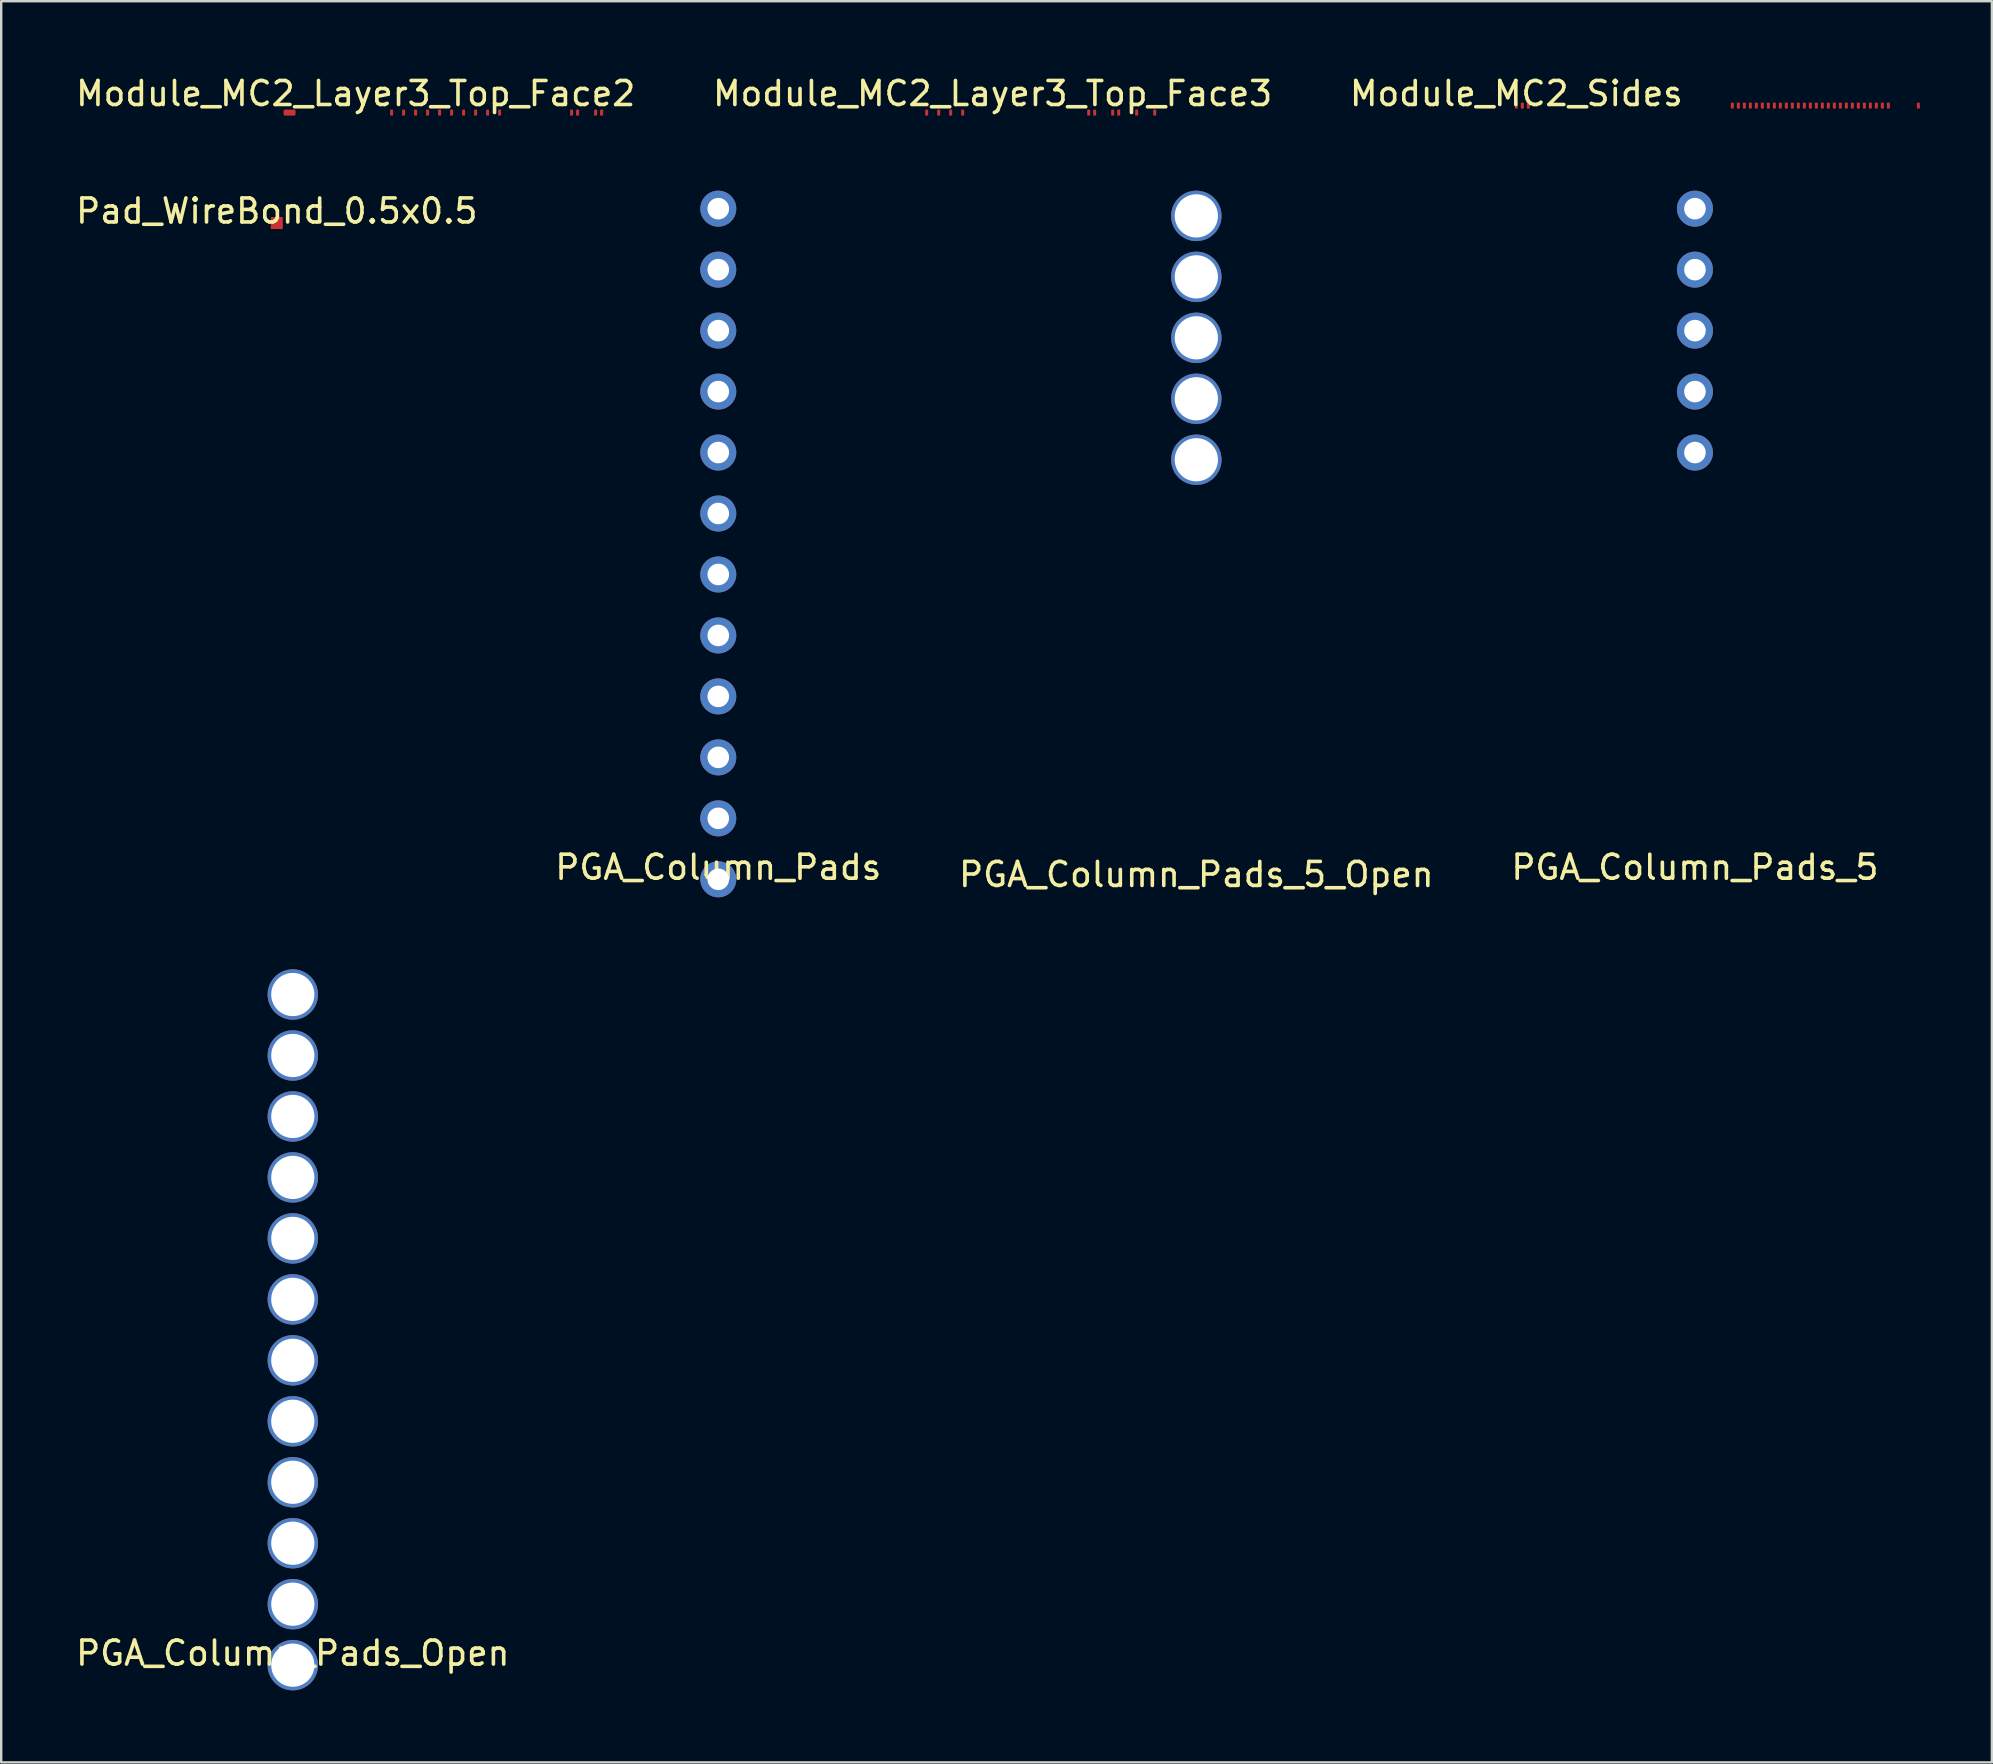
<source format=kicad_pcb>
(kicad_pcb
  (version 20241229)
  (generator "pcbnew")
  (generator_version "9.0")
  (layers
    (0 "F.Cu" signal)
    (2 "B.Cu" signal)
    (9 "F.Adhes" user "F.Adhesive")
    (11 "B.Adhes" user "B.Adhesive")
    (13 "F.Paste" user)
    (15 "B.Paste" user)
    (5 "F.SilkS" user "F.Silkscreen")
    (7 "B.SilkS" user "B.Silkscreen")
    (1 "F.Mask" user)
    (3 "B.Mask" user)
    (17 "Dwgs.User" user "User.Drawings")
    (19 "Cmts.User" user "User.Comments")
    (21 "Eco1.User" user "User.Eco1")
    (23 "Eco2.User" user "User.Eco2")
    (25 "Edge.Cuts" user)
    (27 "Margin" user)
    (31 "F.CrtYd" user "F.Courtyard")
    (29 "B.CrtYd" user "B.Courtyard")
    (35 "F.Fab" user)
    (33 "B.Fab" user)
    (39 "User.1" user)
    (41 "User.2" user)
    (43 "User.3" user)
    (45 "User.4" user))
  (footprint "PGA_Column_Pads_5_Open"
    (layer "F.Cu")
    (at 46.792 33.884)
    (property "Reference" "PGA_Column_Pads_5_Open" (at 0 -0.5 0) (unlocked yes) (layer "F.SilkS") (effects (font (size 1 1) (thickness 0.15))))
    (attr through_hole)
    (pad "1" thru_hole circle (at 0 -27.94) (size 2.1 2.1) (drill 1.8) (layers "*.Cu" "*.Mask"))
    (pad "2" thru_hole circle (at 0 -25.4) (size 2.1 2.1) (drill 1.8) (layers "*.Cu" "*.Mask"))
    (pad "3" thru_hole circle (at 0 -22.86) (size 2.1 2.1) (drill 1.8) (layers "*.Cu" "*.Mask"))
    (pad "4" thru_hole circle (at 0 -20.32) (size 2.1 2.1) (drill 1.8) (layers "*.Cu" "*.Mask"))
    (pad "5" thru_hole circle (at 0 -17.78) (size 2.1 2.1) (drill 1.8) (layers "*.Cu" "*.Mask")))
  (footprint "Module_MC2_Layer3_Top_Face2"
    (layer "F.Cu")
    (at 9.021 1.644)
    (property "Reference" "Module_MC2_Layer3_Top_Face2" (at 2.747 -0.796 0) (unlocked yes) (layer "F.SilkS") (effects (font (size 1 1) (thickness 0.15))))
    (attr smd)
    (pad "1" smd roundrect (at -0.007 -0.004 180) (size 0.5 0.25) (layers "F.Cu" "F.Mask" "F.Paste") (roundrect_rratio 0.25))
    (pad "2" smd roundrect (at 4.243 -0.004 180) (size 0.125 0.25) (layers "F.Cu" "F.Mask" "F.Paste") (roundrect_rratio 0.25))
    (pad "3" smd roundrect (at 4.743 -0.004 180) (size 0.125 0.25) (layers "F.Cu" "F.Mask" "F.Paste") (roundrect_rratio 0.25))
    (pad "4" smd roundrect (at 5.243 -0.004 180) (size 0.125 0.25) (layers "F.Cu" "F.Mask" "F.Paste") (roundrect_rratio 0.25))
    (pad "5" smd roundrect (at 5.743 -0.004 180) (size 0.125 0.25) (layers "F.Cu" "F.Mask" "F.Paste") (roundrect_rratio 0.25))
    (pad "6" smd roundrect (at 6.243 -0.004 180) (size 0.125 0.25) (layers "F.Cu" "F.Mask" "F.Paste") (roundrect_rratio 0.25))
    (pad "7" smd roundrect (at 6.743 -0.004 180) (size 0.125 0.25) (layers "F.Cu" "F.Mask" "F.Paste") (roundrect_rratio 0.25))
    (pad "8" smd roundrect (at 7.243 -0.004 180) (size 0.125 0.25) (layers "F.Cu" "F.Mask" "F.Paste") (roundrect_rratio 0.25))
    (pad "9" smd roundrect (at 7.743 -0.004 180) (size 0.125 0.25) (layers "F.Cu" "F.Mask" "F.Paste") (roundrect_rratio 0.25))
    (pad "10" smd roundrect (at 8.243 -0.004 180) (size 0.125 0.25) (layers "F.Cu" "F.Mask" "F.Paste") (roundrect_rratio 0.25))
    (pad "11" smd roundrect (at 8.743 -0.004 180) (size 0.125 0.25) (layers "F.Cu" "F.Mask" "F.Paste") (roundrect_rratio 0.25))
    (pad "12" smd roundrect (at 11.743 -0.004 180) (size 0.125 0.25) (layers "F.Cu" "F.Mask" "F.Paste") (roundrect_rratio 0.25))
    (pad "13" smd roundrect (at 11.993 -0.004 180) (size 0.125 0.25) (layers "F.Cu" "F.Mask" "F.Paste") (roundrect_rratio 0.25))
    (pad "14" smd roundrect (at 12.743 -0.004 180) (size 0.125 0.25) (layers "F.Cu" "F.Mask" "F.Paste") (roundrect_rratio 0.25))
    (pad "15" smd roundrect (at 12.993 -0.004 180) (size 0.125 0.25) (layers "F.Cu" "F.Mask" "F.Paste") (roundrect_rratio 0.25)))
  (footprint "PGA_Column_Pads_Open"
    (layer "F.Cu")
    (at 9.149 66.324)
    (property "Reference" "PGA_Column_Pads_Open" (at 0 -0.5 0) (unlocked yes) (layer "F.SilkS") (effects (font (size 1 1) (thickness 0.15))))
    (attr through_hole)
    (pad "1" thru_hole circle (at 0 -27.94) (size 2.1 2.1) (drill 1.8) (layers "*.Cu" "*.Mask"))
    (pad "2" thru_hole circle (at 0 -25.4) (size 2.1 2.1) (drill 1.8) (layers "*.Cu" "*.Mask"))
    (pad "3" thru_hole circle (at 0 -22.86) (size 2.1 2.1) (drill 1.8) (layers "*.Cu" "*.Mask"))
    (pad "4" thru_hole circle (at 0 -20.32) (size 2.1 2.1) (drill 1.8) (layers "*.Cu" "*.Mask"))
    (pad "5" thru_hole circle (at 0 -17.78) (size 2.1 2.1) (drill 1.8) (layers "*.Cu" "*.Mask"))
    (pad "6" thru_hole circle (at 0 -15.24) (size 2.1 2.1) (drill 1.8) (layers "*.Cu" "*.Mask"))
    (pad "7" thru_hole circle (at 0 -12.7) (size 2.1 2.1) (drill 1.8) (layers "*.Cu" "*.Mask"))
    (pad "8" thru_hole circle (at 0 -10.16) (size 2.1 2.1) (drill 1.8) (layers "*.Cu" "*.Mask"))
    (pad "9" thru_hole circle (at 0 -7.62) (size 2.1 2.1) (drill 1.8) (layers "*.Cu" "*.Mask"))
    (pad "10" thru_hole circle (at 0 -5.08) (size 2.1 2.1) (drill 1.8) (layers "*.Cu" "*.Mask"))
    (pad "11" thru_hole circle (at 0 -2.54) (size 2.1 2.1) (drill 1.8) (layers "*.Cu" "*.Mask"))
    (pad "12" thru_hole circle (at 0 0) (size 2.1 2.1) (drill 1.8) (layers "*.Cu" "*.Mask")))
  (footprint "PGA_Column_Pads_5"
    (layer "F.Cu")
    (at 67.565 33.584)
    (property "Reference" "PGA_Column_Pads_5" (at 0 -0.5 0) (unlocked yes) (layer "F.SilkS") (effects (font (size 1 1) (thickness 0.15))))
    (attr through_hole)
    (pad "1" thru_hole circle (at 0 -27.94) (size 1.5 1.5) (drill 0.9) (layers "*.Cu" "*.Mask"))
    (pad "2" thru_hole circle (at 0 -25.4) (size 1.5 1.5) (drill 0.9) (layers "*.Cu" "*.Mask"))
    (pad "3" thru_hole circle (at 0 -22.86) (size 1.5 1.5) (drill 0.9) (layers "*.Cu" "*.Mask"))
    (pad "4" thru_hole circle (at 0 -20.32) (size 1.5 1.5) (drill 0.9) (layers "*.Cu" "*.Mask"))
    (pad "5" thru_hole circle (at 0 -17.78) (size 1.5 1.5) (drill 0.9) (layers "*.Cu" "*.Mask")))
  (footprint "Module_MC2_Layer3_Top_Face3"
    (layer "F.Cu")
    (at 35.557 1.644)
    (property "Reference" "Module_MC2_Layer3_Top_Face3" (at 2.747 -0.796 0) (unlocked yes) (layer "F.SilkS") (effects (font (size 1 1) (thickness 0.15))))
    (attr smd)
    (pad "1" smd roundrect (at 0 -0.002 180) (size 0.125 0.25) (layers "F.Cu" "F.Mask" "F.Paste") (roundrect_rratio 0.25))
    (pad "2" smd roundrect (at 0.5 -0.002 180) (size 0.125 0.25) (layers "F.Cu" "F.Mask" "F.Paste") (roundrect_rratio 0.25))
    (pad "3" smd roundrect (at 1 -0.002 180) (size 0.125 0.25) (layers "F.Cu" "F.Mask" "F.Paste") (roundrect_rratio 0.25))
    (pad "4" smd roundrect (at 1.5 -0.002 180) (size 0.125 0.25) (layers "F.Cu" "F.Mask" "F.Paste") (roundrect_rratio 0.25))
    (pad "5" smd roundrect (at 6.75 -0.002 180) (size 0.125 0.25) (layers "F.Cu" "F.Mask" "F.Paste") (roundrect_rratio 0.25))
    (pad "6" smd roundrect (at 7 -0.002 180) (size 0.125 0.25) (layers "F.Cu" "F.Mask" "F.Paste") (roundrect_rratio 0.25))
    (pad "7" smd roundrect (at 7.75 -0.002 180) (size 0.125 0.25) (layers "F.Cu" "F.Mask" "F.Paste") (roundrect_rratio 0.25))
    (pad "8" smd roundrect (at 8 -0.002 180) (size 0.125 0.25) (layers "F.Cu" "F.Mask" "F.Paste") (roundrect_rratio 0.25))
    (pad "9" smd roundrect (at 8.75 -0.002 180) (size 0.125 0.25) (layers "F.Cu" "F.Mask" "F.Paste") (roundrect_rratio 0.25))
    (pad "10" smd roundrect (at 9.5 -0.002 180) (size 0.125 0.25) (layers "F.Cu" "F.Mask" "F.Paste") (roundrect_rratio 0.25)))
  (footprint "Pad_WireBond_0.5x0.5"
    (layer "F.Cu")
    (at 8.482 6.242)
    (property "Reference" "Pad_WireBond_0.5x0.5" (at 0 -0.5 0) (unlocked yes) (layer "F.SilkS") (effects (font (size 1 1) (thickness 0.15))))
    (attr smd)
    (pad "1" smd rect (at 0 0) (size 0.5 0.5) (layers "F.Cu" "F.Mask")))
  (footprint "PGA_Column_Pads"
    (layer "F.Cu")
    (at 26.875 33.584)
    (property "Reference" "PGA_Column_Pads" (at 0 -0.5 0) (unlocked yes) (layer "F.SilkS") (effects (font (size 1 1) (thickness 0.15))))
    (attr through_hole)
    (pad "1" thru_hole circle (at 0 -27.94) (size 1.5 1.5) (drill 0.9) (layers "*.Cu" "*.Mask"))
    (pad "2" thru_hole circle (at 0 -25.4) (size 1.5 1.5) (drill 0.9) (layers "*.Cu" "*.Mask"))
    (pad "3" thru_hole circle (at 0 -22.86) (size 1.5 1.5) (drill 0.9) (layers "*.Cu" "*.Mask"))
    (pad "4" thru_hole circle (at 0 -20.32) (size 1.5 1.5) (drill 0.9) (layers "*.Cu" "*.Mask"))
    (pad "5" thru_hole circle (at 0 -17.78) (size 1.5 1.5) (drill 0.9) (layers "*.Cu" "*.Mask"))
    (pad "6" thru_hole circle (at 0 -15.24) (size 1.5 1.5) (drill 0.9) (layers "*.Cu" "*.Mask"))
    (pad "7" thru_hole circle (at 0 -12.7) (size 1.5 1.5) (drill 0.9) (layers "*.Cu" "*.Mask"))
    (pad "8" thru_hole circle (at 0 -10.16) (size 1.5 1.5) (drill 0.9) (layers "*.Cu" "*.Mask"))
    (pad "9" thru_hole circle (at 0 -7.62) (size 1.5 1.5) (drill 0.9) (layers "*.Cu" "*.Mask"))
    (pad "10" thru_hole circle (at 0 -5.08) (size 1.5 1.5) (drill 0.9) (layers "*.Cu" "*.Mask"))
    (pad "11" thru_hole circle (at 0 -2.54) (size 1.5 1.5) (drill 0.9) (layers "*.Cu" "*.Mask"))
    (pad "12" thru_hole circle (at 0 0) (size 1.5 1.5) (drill 0.9) (layers "*.Cu" "*.Mask")))
  (footprint "Module_MC2_Sides"
    (layer "F.Cu")
    (at 60.125 1.348)
    (property "Reference" "Module_MC2_Sides" (at 0 -0.5 0) (unlocked yes) (layer "F.SilkS") (effects (font (size 1 1) (thickness 0.15))))
    (attr smd)
    (pad "1" smd roundrect (at -0.002 0.001) (size 0.125 0.25) (layers "F.Cu" "F.Mask" "F.Paste") (roundrect_rratio 0.25))
    (pad "2" smd roundrect (at 0.248 0.001) (size 0.125 0.25) (layers "F.Cu" "F.Mask" "F.Paste") (roundrect_rratio 0.25))
    (pad "3" smd roundrect (at 0.498 0.001) (size 0.125 0.25) (layers "F.Cu" "F.Mask" "F.Paste") (roundrect_rratio 0.25))
    (pad "4" smd roundrect (at 8.998 0.001) (size 0.125 0.25) (layers "F.Cu" "F.Mask" "F.Paste") (roundrect_rratio 0.25))
    (pad "5" smd roundrect (at 9.248 0.001) (size 0.125 0.25) (layers "F.Cu" "F.Mask" "F.Paste") (roundrect_rratio 0.25))
    (pad "6" smd roundrect (at 9.498 0.001) (size 0.125 0.25) (layers "F.Cu" "F.Mask" "F.Paste") (roundrect_rratio 0.25))
    (pad "7" smd roundrect (at 9.748 0.001) (size 0.125 0.25) (layers "F.Cu" "F.Mask" "F.Paste") (roundrect_rratio 0.25))
    (pad "8" smd roundrect (at 9.998 0.001) (size 0.125 0.25) (layers "F.Cu" "F.Mask" "F.Paste") (roundrect_rratio 0.25))
    (pad "9" smd roundrect (at 10.248 0.001) (size 0.125 0.25) (layers "F.Cu" "F.Mask" "F.Paste") (roundrect_rratio 0.25))
    (pad "10" smd roundrect (at 10.498 0.001) (size 0.125 0.25) (layers "F.Cu" "F.Mask" "F.Paste") (roundrect_rratio 0.25))
    (pad "11" smd roundrect (at 10.748 0.001) (size 0.125 0.25) (layers "F.Cu" "F.Mask" "F.Paste") (roundrect_rratio 0.25))
    (pad "12" smd roundrect (at 10.998 0.001) (size 0.125 0.25) (layers "F.Cu" "F.Mask" "F.Paste") (roundrect_rratio 0.25))
    (pad "13" smd roundrect (at 11.248 0.001) (size 0.125 0.25) (layers "F.Cu" "F.Mask" "F.Paste") (roundrect_rratio 0.25))
    (pad "14" smd roundrect (at 11.498 0.001) (size 0.125 0.25) (layers "F.Cu" "F.Mask" "F.Paste") (roundrect_rratio 0.25))
    (pad "15" smd roundrect (at 11.748 0.001) (size 0.125 0.25) (layers "F.Cu" "F.Mask" "F.Paste") (roundrect_rratio 0.25))
    (pad "16" smd roundrect (at 11.998 0.001) (size 0.125 0.25) (layers "F.Cu" "F.Mask" "F.Paste") (roundrect_rratio 0.25))
    (pad "17" smd roundrect (at 12.248 0.001) (size 0.125 0.25) (layers "F.Cu" "F.Mask" "F.Paste") (roundrect_rratio 0.25))
    (pad "18" smd roundrect (at 12.498 0.001) (size 0.125 0.25) (layers "F.Cu" "F.Mask" "F.Paste") (roundrect_rratio 0.25))
    (pad "19" smd roundrect (at 12.748 0.001) (size 0.125 0.25) (layers "F.Cu" "F.Mask" "F.Paste") (roundrect_rratio 0.25))
    (pad "20" smd roundrect (at 12.998 0.001) (size 0.125 0.25) (layers "F.Cu" "F.Mask" "F.Paste") (roundrect_rratio 0.25))
    (pad "21" smd roundrect (at 13.248 0.001) (size 0.125 0.25) (layers "F.Cu" "F.Mask" "F.Paste") (roundrect_rratio 0.25))
    (pad "22" smd roundrect (at 13.498 0.001) (size 0.125 0.25) (layers "F.Cu" "F.Mask" "F.Paste") (roundrect_rratio 0.25))
    (pad "23" smd roundrect (at 13.748 0.001) (size 0.125 0.25) (layers "F.Cu" "F.Mask" "F.Paste") (roundrect_rratio 0.25))
    (pad "24" smd roundrect (at 13.998 0.001) (size 0.125 0.25) (layers "F.Cu" "F.Mask" "F.Paste") (roundrect_rratio 0.25))
    (pad "25" smd roundrect (at 14.248 0.001) (size 0.125 0.25) (layers "F.Cu" "F.Mask" "F.Paste") (roundrect_rratio 0.25))
    (pad "26" smd roundrect (at 14.498 0.001) (size 0.125 0.25) (layers "F.Cu" "F.Mask" "F.Paste") (roundrect_rratio 0.25))
    (pad "27" smd roundrect (at 14.748 0.001) (size 0.125 0.25) (layers "F.Cu" "F.Mask" "F.Paste") (roundrect_rratio 0.25))
    (pad "28" smd roundrect (at 14.998 0.001) (size 0.125 0.25) (layers "F.Cu" "F.Mask" "F.Paste") (roundrect_rratio 0.25))
    (pad "29" smd roundrect (at 15.248 0.001) (size 0.125 0.25) (layers "F.Cu" "F.Mask" "F.Paste") (roundrect_rratio 0.25))
    (pad "30" smd roundrect (at 15.498 0.001) (size 0.125 0.25) (layers "F.Cu" "F.Mask" "F.Paste") (roundrect_rratio 0.25))
    (pad "31" smd roundrect (at 16.748 0.001) (size 0.125 0.25) (layers "F.Cu" "F.Mask" "F.Paste") (roundrect_rratio 0.25)))
  (gr_rect
    (start -3 -3)
    (end 79.936 70.374)
    (stroke (width 0.1) (type default))
    (fill no)
    (layer "Edge.Cuts")))
</source>
